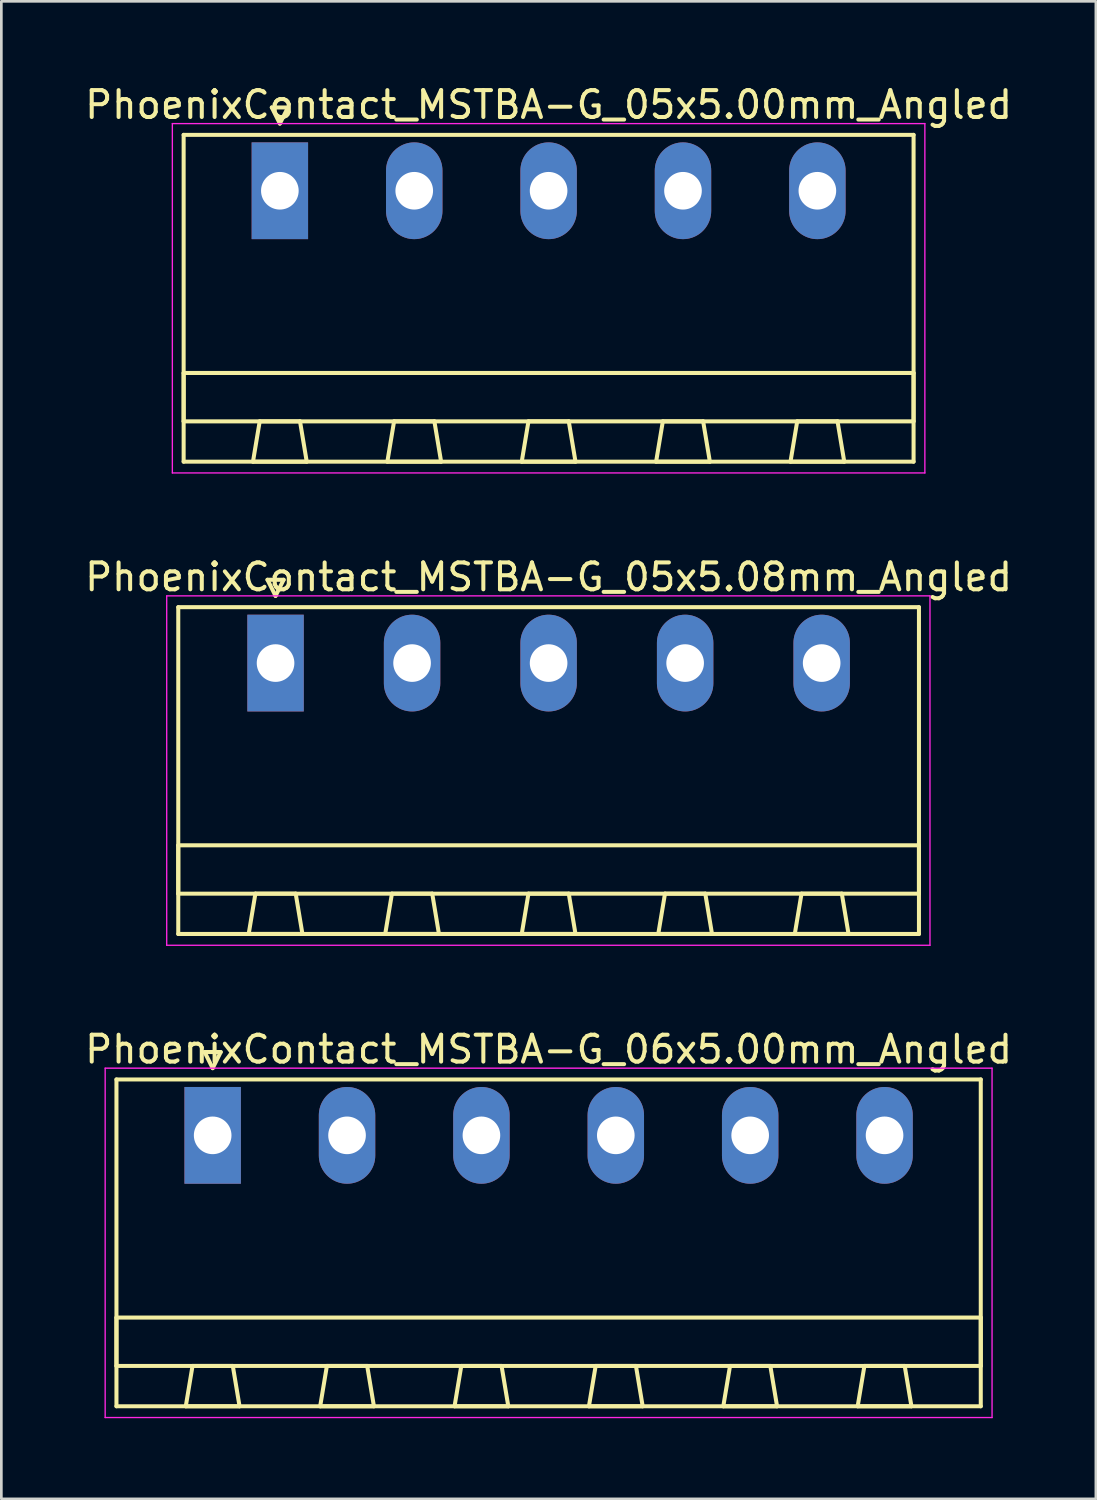
<source format=kicad_pcb>
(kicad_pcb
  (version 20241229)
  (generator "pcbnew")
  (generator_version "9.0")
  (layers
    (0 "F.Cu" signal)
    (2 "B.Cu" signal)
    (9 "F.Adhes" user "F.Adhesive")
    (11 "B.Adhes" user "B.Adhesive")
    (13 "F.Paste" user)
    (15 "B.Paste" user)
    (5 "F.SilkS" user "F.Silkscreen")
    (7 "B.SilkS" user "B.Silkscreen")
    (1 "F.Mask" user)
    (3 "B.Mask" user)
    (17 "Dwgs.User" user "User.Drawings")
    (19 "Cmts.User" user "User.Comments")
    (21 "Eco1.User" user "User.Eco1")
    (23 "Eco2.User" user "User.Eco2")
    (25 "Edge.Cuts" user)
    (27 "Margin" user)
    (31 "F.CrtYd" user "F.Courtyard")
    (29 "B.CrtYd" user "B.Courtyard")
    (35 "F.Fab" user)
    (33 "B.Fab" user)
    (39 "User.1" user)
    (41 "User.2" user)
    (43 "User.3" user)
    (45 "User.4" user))
  (footprint "PhoenixContact_MSTBA-G_06x5.00mm_Angled"
    (layer "F.Cu")
    (at 4.863 39.195)
    (property "Reference" "PhoenixContact_MSTBA-G_06x5.00mm_Angled" (at 12.5 -3.2 0) (layer "F.SilkS") (effects (font (size 1 1) (thickness 0.15))))
    (attr through_hole)
    (fp_line (start -3.58 -2.08) (end -3.58 10.08) (stroke (width 0.15) (type solid)) (layer "F.SilkS"))
    (fp_line (start -3.58 6.78) (end 28.58 6.78) (stroke (width 0.15) (type solid)) (layer "F.SilkS"))
    (fp_line (start -3.58 8.58) (end -3.58 6.78) (stroke (width 0.15) (type solid)) (layer "F.SilkS"))
    (fp_line (start -3.58 10.08) (end 28.58 10.08) (stroke (width 0.15) (type solid)) (layer "F.SilkS"))
    (fp_line (start -1 10.08) (end 1 10.08) (stroke (width 0.15) (type solid)) (layer "F.SilkS"))
    (fp_line (start -0.75 8.58) (end -1 10.08) (stroke (width 0.15) (type solid)) (layer "F.SilkS"))
    (fp_line (start -0.3 -3.1) (end 0 -2.5) (stroke (width 0.15) (type solid)) (layer "F.SilkS"))
    (fp_line (start 0 -2.5) (end 0.3 -3.1) (stroke (width 0.15) (type solid)) (layer "F.SilkS"))
    (fp_line (start 0.3 -3.1) (end -0.3 -3.1) (stroke (width 0.15) (type solid)) (layer "F.SilkS"))
    (fp_line (start 0.75 8.58) (end -0.75 8.58) (stroke (width 0.15) (type solid)) (layer "F.SilkS"))
    (fp_line (start 1 10.08) (end 0.75 8.58) (stroke (width 0.15) (type solid)) (layer "F.SilkS"))
    (fp_line (start 4 10.08) (end 6 10.08) (stroke (width 0.15) (type solid)) (layer "F.SilkS"))
    (fp_line (start 4.25 8.58) (end 4 10.08) (stroke (width 0.15) (type solid)) (layer "F.SilkS"))
    (fp_line (start 5.75 8.58) (end 4.25 8.58) (stroke (width 0.15) (type solid)) (layer "F.SilkS"))
    (fp_line (start 6 10.08) (end 5.75 8.58) (stroke (width 0.15) (type solid)) (layer "F.SilkS"))
    (fp_line (start 9 10.08) (end 11 10.08) (stroke (width 0.15) (type solid)) (layer "F.SilkS"))
    (fp_line (start 9.25 8.58) (end 9 10.08) (stroke (width 0.15) (type solid)) (layer "F.SilkS"))
    (fp_line (start 10.75 8.58) (end 9.25 8.58) (stroke (width 0.15) (type solid)) (layer "F.SilkS"))
    (fp_line (start 11 10.08) (end 10.75 8.58) (stroke (width 0.15) (type solid)) (layer "F.SilkS"))
    (fp_line (start 14 10.08) (end 16 10.08) (stroke (width 0.15) (type solid)) (layer "F.SilkS"))
    (fp_line (start 14.25 8.58) (end 14 10.08) (stroke (width 0.15) (type solid)) (layer "F.SilkS"))
    (fp_line (start 15.75 8.58) (end 14.25 8.58) (stroke (width 0.15) (type solid)) (layer "F.SilkS"))
    (fp_line (start 16 10.08) (end 15.75 8.58) (stroke (width 0.15) (type solid)) (layer "F.SilkS"))
    (fp_line (start 19 10.08) (end 21 10.08) (stroke (width 0.15) (type solid)) (layer "F.SilkS"))
    (fp_line (start 19.25 8.58) (end 19 10.08) (stroke (width 0.15) (type solid)) (layer "F.SilkS"))
    (fp_line (start 20.75 8.58) (end 19.25 8.58) (stroke (width 0.15) (type solid)) (layer "F.SilkS"))
    (fp_line (start 21 10.08) (end 20.75 8.58) (stroke (width 0.15) (type solid)) (layer "F.SilkS"))
    (fp_line (start 24 10.08) (end 26 10.08) (stroke (width 0.15) (type solid)) (layer "F.SilkS"))
    (fp_line (start 24.25 8.58) (end 24 10.08) (stroke (width 0.15) (type solid)) (layer "F.SilkS"))
    (fp_line (start 25.75 8.58) (end 24.25 8.58) (stroke (width 0.15) (type solid)) (layer "F.SilkS"))
    (fp_line (start 26 10.08) (end 25.75 8.58) (stroke (width 0.15) (type solid)) (layer "F.SilkS"))
    (fp_line (start 28.58 -2.08) (end -3.58 -2.08) (stroke (width 0.15) (type solid)) (layer "F.SilkS"))
    (fp_line (start 28.58 6.78) (end 28.58 8.58) (stroke (width 0.15) (type solid)) (layer "F.SilkS"))
    (fp_line (start 28.58 8.58) (end -3.58 8.58) (stroke (width 0.15) (type solid)) (layer "F.SilkS"))
    (fp_line (start 28.58 10.08) (end 28.58 -2.08) (stroke (width 0.15) (type solid)) (layer "F.SilkS"))
    (fp_line (start -4 -2.5) (end -4 10.5) (stroke (width 0.05) (type solid)) (layer "F.CrtYd"))
    (fp_line (start -4 10.5) (end 29 10.5) (stroke (width 0.05) (type solid)) (layer "F.CrtYd"))
    (fp_line (start 29 -2.5) (end -4 -2.5) (stroke (width 0.05) (type solid)) (layer "F.CrtYd"))
    (fp_line (start 29 10.5) (end 29 -2.5) (stroke (width 0.05) (type solid)) (layer "F.CrtYd"))
    (pad "1" thru_hole rect (at 0 0) (size 2.1 3.6) (drill 1.4) (layers "*.Cu" "*.Mask"))
    (pad "2" thru_hole oval (at 5 0) (size 2.1 3.6) (drill 1.4) (layers "*.Cu" "*.Mask"))
    (pad "3" thru_hole oval (at 10 0) (size 2.1 3.6) (drill 1.4) (layers "*.Cu" "*.Mask"))
    (pad "4" thru_hole oval (at 15 0) (size 2.1 3.6) (drill 1.4) (layers "*.Cu" "*.Mask"))
    (pad "5" thru_hole oval (at 20 0) (size 2.1 3.6) (drill 1.4) (layers "*.Cu" "*.Mask"))
    (pad "6" thru_hole oval (at 25 0) (size 2.1 3.6) (drill 1.4) (layers "*.Cu" "*.Mask")))
  (footprint "PhoenixContact_MSTBA-G_05x5.08mm_Angled"
    (layer "F.Cu")
    (at 7.203 21.622)
    (property "Reference" "PhoenixContact_MSTBA-G_05x5.08mm_Angled" (at 10.16 -3.2 0) (layer "F.SilkS") (effects (font (size 1 1) (thickness 0.15))))
    (attr through_hole)
    (fp_line (start -3.62 -2.08) (end -3.62 10.08) (stroke (width 0.15) (type solid)) (layer "F.SilkS"))
    (fp_line (start -3.62 6.78) (end 23.94 6.78) (stroke (width 0.15) (type solid)) (layer "F.SilkS"))
    (fp_line (start -3.62 8.58) (end -3.62 6.78) (stroke (width 0.15) (type solid)) (layer "F.SilkS"))
    (fp_line (start -3.62 10.08) (end 23.94 10.08) (stroke (width 0.15) (type solid)) (layer "F.SilkS"))
    (fp_line (start -1 10.08) (end 1 10.08) (stroke (width 0.15) (type solid)) (layer "F.SilkS"))
    (fp_line (start -0.75 8.58) (end -1 10.08) (stroke (width 0.15) (type solid)) (layer "F.SilkS"))
    (fp_line (start -0.3 -3.1) (end 0 -2.5) (stroke (width 0.15) (type solid)) (layer "F.SilkS"))
    (fp_line (start 0 -2.5) (end 0.3 -3.1) (stroke (width 0.15) (type solid)) (layer "F.SilkS"))
    (fp_line (start 0.3 -3.1) (end -0.3 -3.1) (stroke (width 0.15) (type solid)) (layer "F.SilkS"))
    (fp_line (start 0.75 8.58) (end -0.75 8.58) (stroke (width 0.15) (type solid)) (layer "F.SilkS"))
    (fp_line (start 1 10.08) (end 0.75 8.58) (stroke (width 0.15) (type solid)) (layer "F.SilkS"))
    (fp_line (start 4.08 10.08) (end 6.08 10.08) (stroke (width 0.15) (type solid)) (layer "F.SilkS"))
    (fp_line (start 4.33 8.58) (end 4.08 10.08) (stroke (width 0.15) (type solid)) (layer "F.SilkS"))
    (fp_line (start 5.83 8.58) (end 4.33 8.58) (stroke (width 0.15) (type solid)) (layer "F.SilkS"))
    (fp_line (start 6.08 10.08) (end 5.83 8.58) (stroke (width 0.15) (type solid)) (layer "F.SilkS"))
    (fp_line (start 9.16 10.08) (end 11.16 10.08) (stroke (width 0.15) (type solid)) (layer "F.SilkS"))
    (fp_line (start 9.41 8.58) (end 9.16 10.08) (stroke (width 0.15) (type solid)) (layer "F.SilkS"))
    (fp_line (start 10.91 8.58) (end 9.41 8.58) (stroke (width 0.15) (type solid)) (layer "F.SilkS"))
    (fp_line (start 11.16 10.08) (end 10.91 8.58) (stroke (width 0.15) (type solid)) (layer "F.SilkS"))
    (fp_line (start 14.24 10.08) (end 16.24 10.08) (stroke (width 0.15) (type solid)) (layer "F.SilkS"))
    (fp_line (start 14.49 8.58) (end 14.24 10.08) (stroke (width 0.15) (type solid)) (layer "F.SilkS"))
    (fp_line (start 15.99 8.58) (end 14.49 8.58) (stroke (width 0.15) (type solid)) (layer "F.SilkS"))
    (fp_line (start 16.24 10.08) (end 15.99 8.58) (stroke (width 0.15) (type solid)) (layer "F.SilkS"))
    (fp_line (start 19.32 10.08) (end 21.32 10.08) (stroke (width 0.15) (type solid)) (layer "F.SilkS"))
    (fp_line (start 19.57 8.58) (end 19.32 10.08) (stroke (width 0.15) (type solid)) (layer "F.SilkS"))
    (fp_line (start 21.07 8.58) (end 19.57 8.58) (stroke (width 0.15) (type solid)) (layer "F.SilkS"))
    (fp_line (start 21.32 10.08) (end 21.07 8.58) (stroke (width 0.15) (type solid)) (layer "F.SilkS"))
    (fp_line (start 23.94 -2.08) (end -3.62 -2.08) (stroke (width 0.15) (type solid)) (layer "F.SilkS"))
    (fp_line (start 23.94 6.78) (end 23.94 8.58) (stroke (width 0.15) (type solid)) (layer "F.SilkS"))
    (fp_line (start 23.94 8.58) (end -3.62 8.58) (stroke (width 0.15) (type solid)) (layer "F.SilkS"))
    (fp_line (start 23.94 10.08) (end 23.94 -2.08) (stroke (width 0.15) (type solid)) (layer "F.SilkS"))
    (fp_line (start -4.05 -2.5) (end -4.05 10.5) (stroke (width 0.05) (type solid)) (layer "F.CrtYd"))
    (fp_line (start -4.05 10.5) (end 24.35 10.5) (stroke (width 0.05) (type solid)) (layer "F.CrtYd"))
    (fp_line (start 24.35 -2.5) (end -4.05 -2.5) (stroke (width 0.05) (type solid)) (layer "F.CrtYd"))
    (fp_line (start 24.35 10.5) (end 24.35 -2.5) (stroke (width 0.05) (type solid)) (layer "F.CrtYd"))
    (pad "1" thru_hole rect (at 0 0) (size 2.1 3.6) (drill 1.4) (layers "*.Cu" "*.Mask"))
    (pad "2" thru_hole oval (at 5.08 0) (size 2.1 3.6) (drill 1.4) (layers "*.Cu" "*.Mask"))
    (pad "3" thru_hole oval (at 10.16 0) (size 2.1 3.6) (drill 1.4) (layers "*.Cu" "*.Mask"))
    (pad "4" thru_hole oval (at 15.24 0) (size 2.1 3.6) (drill 1.4) (layers "*.Cu" "*.Mask"))
    (pad "5" thru_hole oval (at 20.32 0) (size 2.1 3.6) (drill 1.4) (layers "*.Cu" "*.Mask")))
  (footprint "PhoenixContact_MSTBA-G_05x5.00mm_Angled"
    (layer "F.Cu")
    (at 7.363 4.048)
    (property "Reference" "PhoenixContact_MSTBA-G_05x5.00mm_Angled" (at 10 -3.2 0) (layer "F.SilkS") (effects (font (size 1 1) (thickness 0.15))))
    (attr through_hole)
    (fp_line (start -3.58 -2.08) (end -3.58 10.08) (stroke (width 0.15) (type solid)) (layer "F.SilkS"))
    (fp_line (start -3.58 6.78) (end 23.58 6.78) (stroke (width 0.15) (type solid)) (layer "F.SilkS"))
    (fp_line (start -3.58 8.58) (end -3.58 6.78) (stroke (width 0.15) (type solid)) (layer "F.SilkS"))
    (fp_line (start -3.58 10.08) (end 23.58 10.08) (stroke (width 0.15) (type solid)) (layer "F.SilkS"))
    (fp_line (start -1 10.08) (end 1 10.08) (stroke (width 0.15) (type solid)) (layer "F.SilkS"))
    (fp_line (start -0.75 8.58) (end -1 10.08) (stroke (width 0.15) (type solid)) (layer "F.SilkS"))
    (fp_line (start -0.3 -3.1) (end 0 -2.5) (stroke (width 0.15) (type solid)) (layer "F.SilkS"))
    (fp_line (start 0 -2.5) (end 0.3 -3.1) (stroke (width 0.15) (type solid)) (layer "F.SilkS"))
    (fp_line (start 0.3 -3.1) (end -0.3 -3.1) (stroke (width 0.15) (type solid)) (layer "F.SilkS"))
    (fp_line (start 0.75 8.58) (end -0.75 8.58) (stroke (width 0.15) (type solid)) (layer "F.SilkS"))
    (fp_line (start 1 10.08) (end 0.75 8.58) (stroke (width 0.15) (type solid)) (layer "F.SilkS"))
    (fp_line (start 4 10.08) (end 6 10.08) (stroke (width 0.15) (type solid)) (layer "F.SilkS"))
    (fp_line (start 4.25 8.58) (end 4 10.08) (stroke (width 0.15) (type solid)) (layer "F.SilkS"))
    (fp_line (start 5.75 8.58) (end 4.25 8.58) (stroke (width 0.15) (type solid)) (layer "F.SilkS"))
    (fp_line (start 6 10.08) (end 5.75 8.58) (stroke (width 0.15) (type solid)) (layer "F.SilkS"))
    (fp_line (start 9 10.08) (end 11 10.08) (stroke (width 0.15) (type solid)) (layer "F.SilkS"))
    (fp_line (start 9.25 8.58) (end 9 10.08) (stroke (width 0.15) (type solid)) (layer "F.SilkS"))
    (fp_line (start 10.75 8.58) (end 9.25 8.58) (stroke (width 0.15) (type solid)) (layer "F.SilkS"))
    (fp_line (start 11 10.08) (end 10.75 8.58) (stroke (width 0.15) (type solid)) (layer "F.SilkS"))
    (fp_line (start 14 10.08) (end 16 10.08) (stroke (width 0.15) (type solid)) (layer "F.SilkS"))
    (fp_line (start 14.25 8.58) (end 14 10.08) (stroke (width 0.15) (type solid)) (layer "F.SilkS"))
    (fp_line (start 15.75 8.58) (end 14.25 8.58) (stroke (width 0.15) (type solid)) (layer "F.SilkS"))
    (fp_line (start 16 10.08) (end 15.75 8.58) (stroke (width 0.15) (type solid)) (layer "F.SilkS"))
    (fp_line (start 19 10.08) (end 21 10.08) (stroke (width 0.15) (type solid)) (layer "F.SilkS"))
    (fp_line (start 19.25 8.58) (end 19 10.08) (stroke (width 0.15) (type solid)) (layer "F.SilkS"))
    (fp_line (start 20.75 8.58) (end 19.25 8.58) (stroke (width 0.15) (type solid)) (layer "F.SilkS"))
    (fp_line (start 21 10.08) (end 20.75 8.58) (stroke (width 0.15) (type solid)) (layer "F.SilkS"))
    (fp_line (start 23.58 -2.08) (end -3.58 -2.08) (stroke (width 0.15) (type solid)) (layer "F.SilkS"))
    (fp_line (start 23.58 6.78) (end 23.58 8.58) (stroke (width 0.15) (type solid)) (layer "F.SilkS"))
    (fp_line (start 23.58 8.58) (end -3.58 8.58) (stroke (width 0.15) (type solid)) (layer "F.SilkS"))
    (fp_line (start 23.58 10.08) (end 23.58 -2.08) (stroke (width 0.15) (type solid)) (layer "F.SilkS"))
    (fp_line (start -4 -2.5) (end -4 10.5) (stroke (width 0.05) (type solid)) (layer "F.CrtYd"))
    (fp_line (start -4 10.5) (end 24 10.5) (stroke (width 0.05) (type solid)) (layer "F.CrtYd"))
    (fp_line (start 24 -2.5) (end -4 -2.5) (stroke (width 0.05) (type solid)) (layer "F.CrtYd"))
    (fp_line (start 24 10.5) (end 24 -2.5) (stroke (width 0.05) (type solid)) (layer "F.CrtYd"))
    (pad "1" thru_hole rect (at 0 0) (size 2.1 3.6) (drill 1.4) (layers "*.Cu" "*.Mask"))
    (pad "2" thru_hole oval (at 5 0) (size 2.1 3.6) (drill 1.4) (layers "*.Cu" "*.Mask"))
    (pad "3" thru_hole oval (at 10 0) (size 2.1 3.6) (drill 1.4) (layers "*.Cu" "*.Mask"))
    (pad "4" thru_hole oval (at 15 0) (size 2.1 3.6) (drill 1.4) (layers "*.Cu" "*.Mask"))
    (pad "5" thru_hole oval (at 20 0) (size 2.1 3.6) (drill 1.4) (layers "*.Cu" "*.Mask")))
  (gr_rect
    (start -3 -3)
    (end 37.726 52.72)
    (stroke (width 0.1) (type default))
    (fill no)
    (layer "Edge.Cuts")))
</source>
